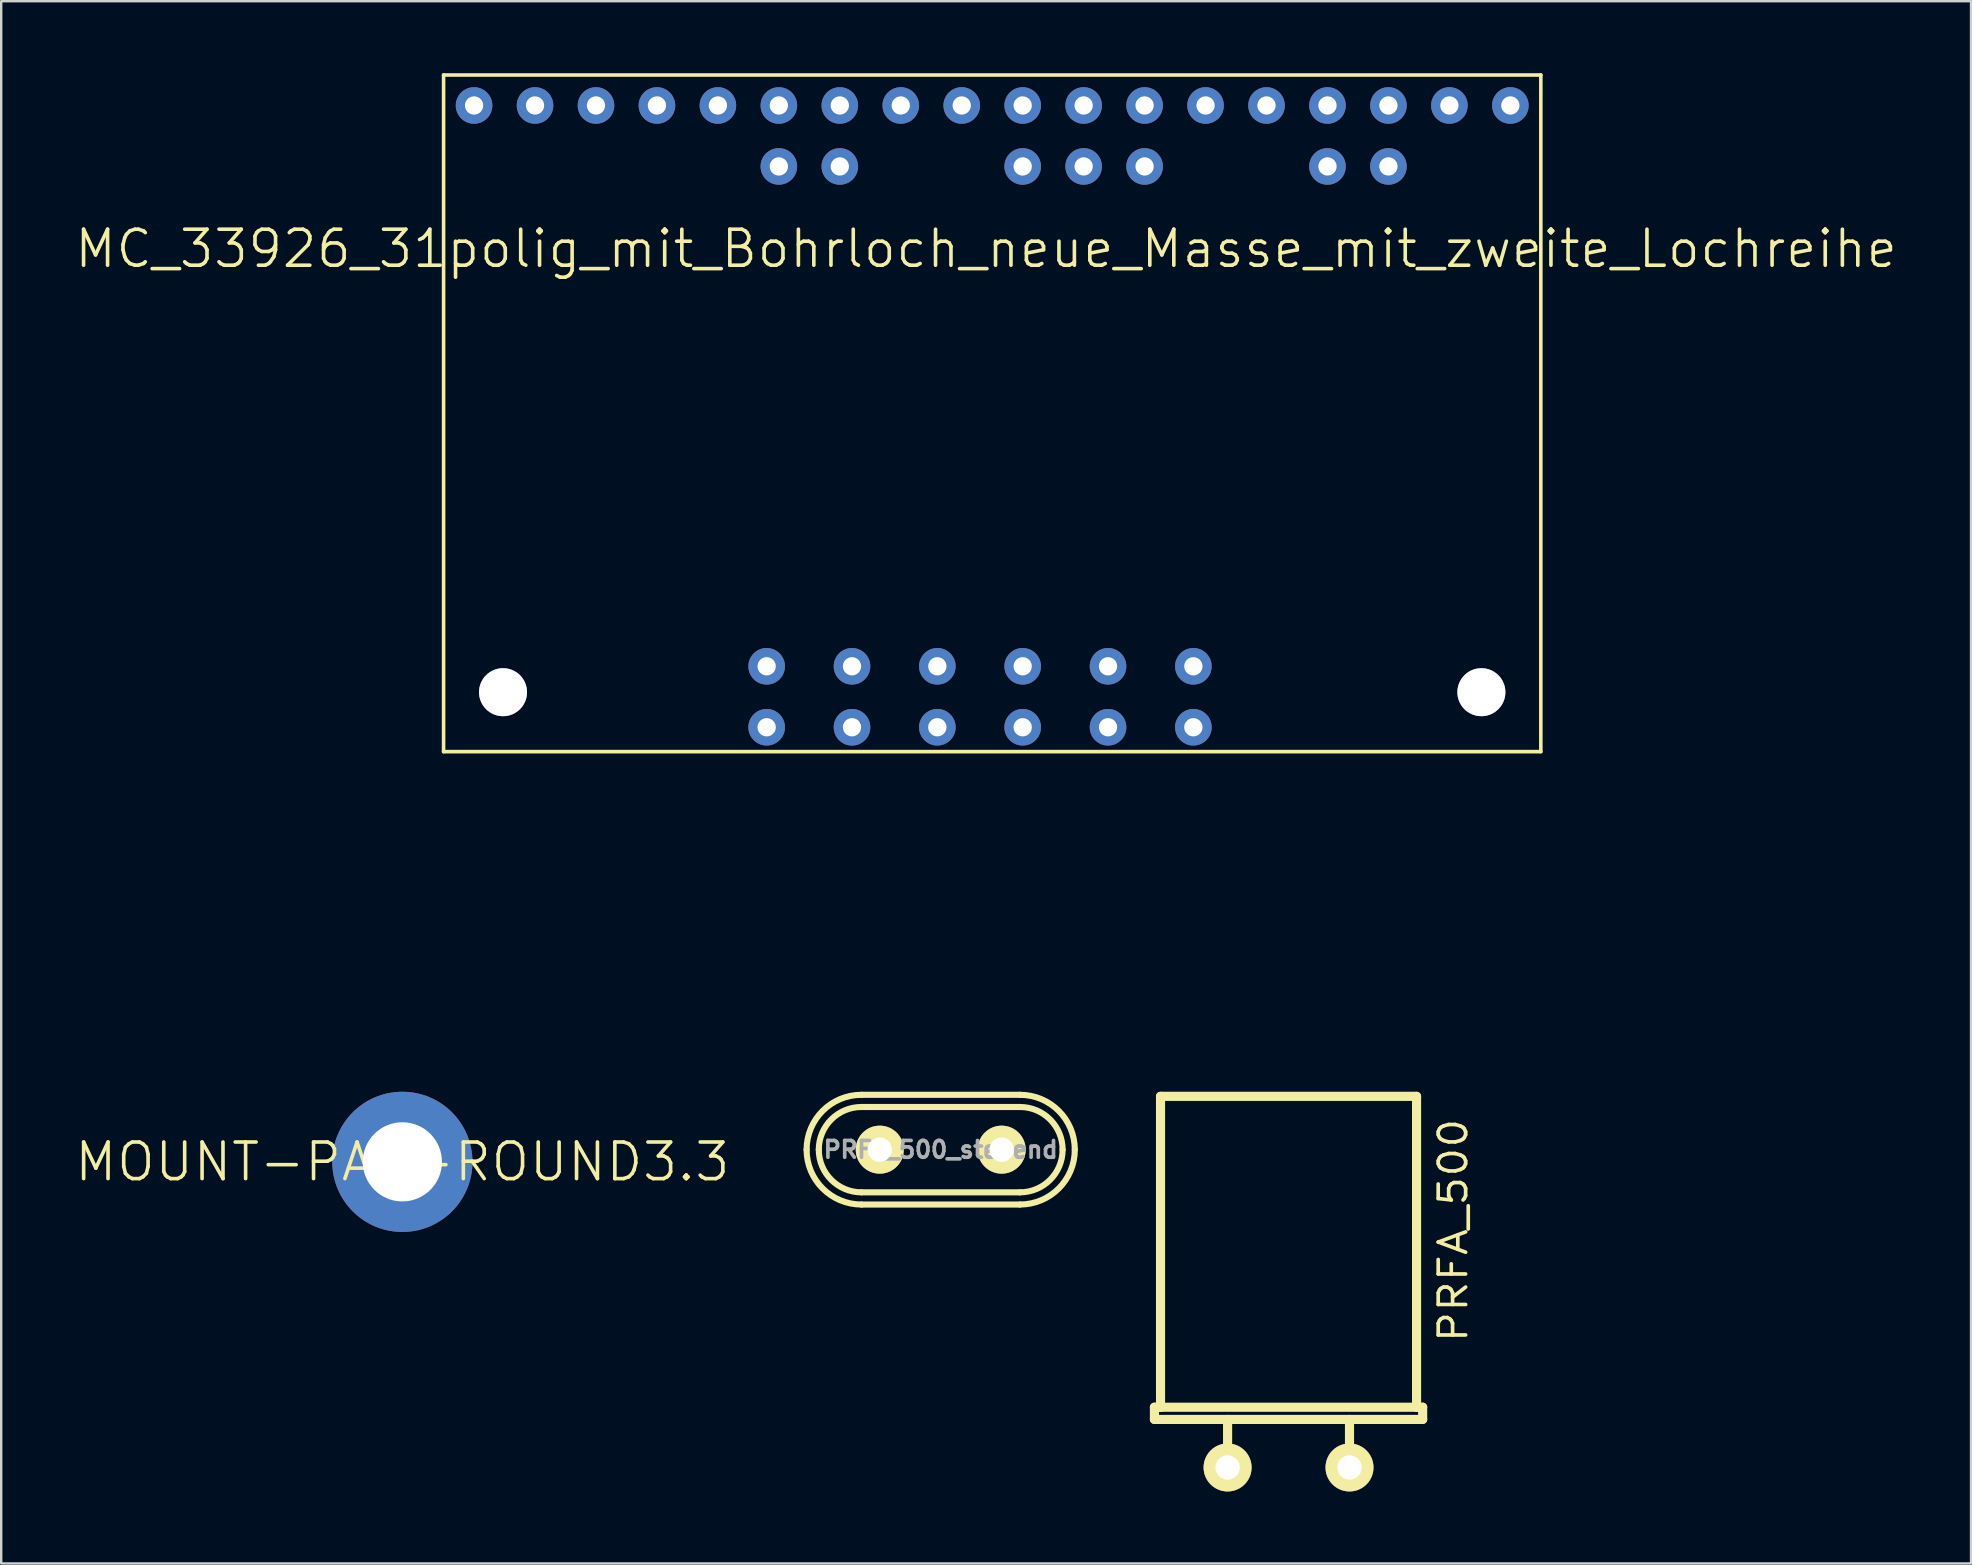
<source format=kicad_pcb>
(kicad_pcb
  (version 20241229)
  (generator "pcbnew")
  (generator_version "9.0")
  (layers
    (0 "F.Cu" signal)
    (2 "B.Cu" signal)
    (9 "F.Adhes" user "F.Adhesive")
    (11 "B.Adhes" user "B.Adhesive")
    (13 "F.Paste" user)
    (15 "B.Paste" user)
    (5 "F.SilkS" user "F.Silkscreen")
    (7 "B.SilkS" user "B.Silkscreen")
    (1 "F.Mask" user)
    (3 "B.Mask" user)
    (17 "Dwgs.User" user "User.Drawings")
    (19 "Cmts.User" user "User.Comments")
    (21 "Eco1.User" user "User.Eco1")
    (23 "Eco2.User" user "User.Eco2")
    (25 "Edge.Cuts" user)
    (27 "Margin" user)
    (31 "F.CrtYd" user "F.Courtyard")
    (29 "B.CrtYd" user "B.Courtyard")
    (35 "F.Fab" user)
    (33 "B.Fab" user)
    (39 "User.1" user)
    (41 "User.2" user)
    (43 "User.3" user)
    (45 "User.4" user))
  (footprint "MC_33926_31polig_mit_Bohrloch_neue_Masse_mit_zweite_Lochreihe"
    (layer "F.Cu")
    (at 11.623 39.191)
    (property "Reference" "MC_33926_31polig_mit_Bohrloch_neue_Masse_mit_zweite_Lochreihe" (at 26.416 -31.877 0) (layer "F.SilkS") (effects (font (size 1.5 1.5) (thickness 0.15))))
    (fp_line (start 3.81 -39.116) (end 49.53 -39.116) (stroke (width 0.15) (type solid)) (layer "F.SilkS"))
    (fp_line (start 3.81 -10.922) (end 3.81 -39.116) (stroke (width 0.15) (type solid)) (layer "F.SilkS"))
    (fp_line (start 49.53 -39.116) (end 49.53 -10.922) (stroke (width 0.15) (type solid)) (layer "F.SilkS"))
    (fp_line (start 49.53 -10.922) (end 3.81 -10.922) (stroke (width 0.15) (type solid)) (layer "F.SilkS"))
    (fp_circle (center 43.18 -35.306) (end 43.434 -35.179) (stroke (width 0.15) (type solid)) (fill no) (layer "F.SilkS"))
    (pad "" thru_hole circle (at 6.287 -13.399) (size 2 2) (drill 2) (layers "*.Cu" "*.Mask"))
    (pad "" thru_hole circle (at 47.053 -13.399) (size 2 2) (drill 2) (layers "*.Cu" "*.Mask"))
    (pad "1" thru_hole circle (at 5.08 -37.846) (size 1.524 1.524) (drill 0.762) (layers "*.Cu" "*.Mask"))
    (pad "2" thru_hole circle (at 7.62 -37.846) (size 1.524 1.524) (drill 0.762) (layers "*.Cu" "*.Mask"))
    (pad "3" thru_hole circle (at 10.16 -37.846) (size 1.524 1.524) (drill 0.762) (layers "*.Cu" "*.Mask"))
    (pad "4" thru_hole circle (at 12.7 -37.846) (size 1.524 1.524) (drill 0.762) (layers "*.Cu" "*.Mask"))
    (pad "5" thru_hole circle (at 15.24 -37.846) (size 1.524 1.524) (drill 0.762) (layers "*.Cu" "*.Mask"))
    (pad "6" thru_hole circle (at 17.78 -37.846) (size 1.524 1.524) (drill 0.762) (layers "*.Cu" "*.Mask"))
    (pad "7" thru_hole circle (at 20.32 -37.846) (size 1.524 1.524) (drill 0.762) (layers "*.Cu" "*.Mask"))
    (pad "8" thru_hole circle (at 22.86 -37.846) (size 1.524 1.524) (drill 0.762) (layers "*.Cu" "*.Mask"))
    (pad "9" thru_hole circle (at 25.4 -37.846) (size 1.524 1.524) (drill 0.762) (layers "*.Cu" "*.Mask"))
    (pad "10" thru_hole circle (at 27.94 -37.846) (size 1.524 1.524) (drill 0.762) (layers "*.Cu" "*.Mask"))
    (pad "11" thru_hole circle (at 30.48 -37.846) (size 1.524 1.524) (drill 0.762) (layers "*.Cu" "*.Mask"))
    (pad "12" thru_hole circle (at 33.02 -37.846) (size 1.524 1.524) (drill 0.762) (layers "*.Cu" "*.Mask"))
    (pad "13" thru_hole circle (at 35.56 -37.846) (size 1.524 1.524) (drill 0.762) (layers "*.Cu" "*.Mask"))
    (pad "14" thru_hole circle (at 38.1 -37.846) (size 1.524 1.524) (drill 0.762) (layers "*.Cu" "*.Mask"))
    (pad "15" thru_hole circle (at 40.64 -37.846) (size 1.524 1.524) (drill 0.762) (layers "*.Cu" "*.Mask"))
    (pad "16" thru_hole circle (at 43.18 -37.846) (size 1.524 1.524) (drill 0.762) (layers "*.Cu" "*.Mask"))
    (pad "17" thru_hole circle (at 45.72 -37.846) (size 1.524 1.524) (drill 0.762) (layers "*.Cu" "*.Mask"))
    (pad "18" thru_hole circle (at 48.26 -37.846) (size 1.524 1.524) (drill 0.762) (layers "*.Cu" "*.Mask"))
    (pad "19" thru_hole circle (at 17.272 -14.478) (size 1.524 1.524) (drill 0.762) (layers "*.Cu" "*.Mask"))
    (pad "19" thru_hole circle (at 17.272 -11.938) (size 1.524 1.524) (drill 0.762) (layers "*.Cu" "*.Mask"))
    (pad "20" thru_hole circle (at 20.828 -14.478) (size 1.524 1.524) (drill 0.762) (layers "*.Cu" "*.Mask"))
    (pad "20" thru_hole circle (at 20.828 -11.938) (size 1.524 1.524) (drill 0.762) (layers "*.Cu" "*.Mask"))
    (pad "21" thru_hole circle (at 24.384 -14.478) (size 1.524 1.524) (drill 0.762) (layers "*.Cu" "*.Mask"))
    (pad "21" thru_hole circle (at 24.384 -11.938) (size 1.524 1.524) (drill 0.762) (layers "*.Cu" "*.Mask"))
    (pad "22" thru_hole circle (at 27.94 -14.478) (size 1.524 1.524) (drill 0.762) (layers "*.Cu" "*.Mask"))
    (pad "22" thru_hole circle (at 27.94 -11.938) (size 1.524 1.524) (drill 0.762) (layers "*.Cu" "*.Mask"))
    (pad "23" thru_hole circle (at 31.496 -14.478) (size 1.524 1.524) (drill 0.762) (layers "*.Cu" "*.Mask"))
    (pad "23" thru_hole circle (at 31.496 -11.938) (size 1.524 1.524) (drill 0.762) (layers "*.Cu" "*.Mask"))
    (pad "24" thru_hole circle (at 35.052 -14.478) (size 1.524 1.524) (drill 0.762) (layers "*.Cu" "*.Mask"))
    (pad "24" thru_hole circle (at 35.052 -11.938) (size 1.524 1.524) (drill 0.762) (layers "*.Cu" "*.Mask"))
    (pad "25" thru_hole circle (at 17.78 -35.306) (size 1.524 1.524) (drill 0.762) (layers "*.Cu" "*.Mask"))
    (pad "26" thru_hole circle (at 20.32 -35.306) (size 1.524 1.524) (drill 0.762) (layers "*.Cu" "*.Mask"))
    (pad "27" thru_hole circle (at 27.94 -35.306) (size 1.524 1.524) (drill 0.762) (layers "*.Cu" "*.Mask"))
    (pad "28" thru_hole circle (at 30.48 -35.306) (size 1.524 1.524) (drill 0.762) (layers "*.Cu" "*.Mask"))
    (pad "29" thru_hole circle (at 33.02 -35.306) (size 1.524 1.524) (drill 0.762) (layers "*.Cu" "*.Mask"))
    (pad "30" thru_hole circle (at 40.64 -35.306) (size 1.524 1.524) (drill 0.762) (layers "*.Cu" "*.Mask"))
    (pad "31" thru_hole circle (at 43.18 -35.306) (size 1.524 1.524) (drill 0.762) (layers "*.Cu" "*.Mask")))
  (footprint "PRFA_500"
    (layer "F.Cu")
    (at 50.641 50.252)
    (property "Reference" "PRFA_500" (at 6.858 -2.032 90) (layer "F.SilkS") (effects (font (size 1.143 1.27) (thickness 0.152))))
    (attr through_hole)
    (fp_line (start -5.588 5.334) (end -5.334 5.334) (stroke (width 0.381) (type solid)) (layer "F.SilkS"))
    (fp_line (start -5.588 5.842) (end -5.588 5.334) (stroke (width 0.381) (type solid)) (layer "F.SilkS"))
    (fp_line (start -5.334 -7.62) (end 5.334 -7.62) (stroke (width 0.381) (type solid)) (layer "F.SilkS"))
    (fp_line (start -5.334 5.334) (end -5.334 -7.62) (stroke (width 0.381) (type solid)) (layer "F.SilkS"))
    (fp_line (start -2.54 7.874) (end -2.54 5.842) (stroke (width 0.381) (type solid)) (layer "F.SilkS"))
    (fp_line (start 2.54 7.874) (end 2.54 5.842) (stroke (width 0.381) (type solid)) (layer "F.SilkS"))
    (fp_line (start 5.334 -7.62) (end 5.334 5.334) (stroke (width 0.381) (type solid)) (layer "F.SilkS"))
    (fp_line (start 5.334 5.334) (end -5.334 5.334) (stroke (width 0.381) (type solid)) (layer "F.SilkS"))
    (fp_line (start 5.334 5.334) (end 5.588 5.334) (stroke (width 0.381) (type solid)) (layer "F.SilkS"))
    (fp_line (start 5.588 5.334) (end 5.588 5.842) (stroke (width 0.381) (type solid)) (layer "F.SilkS"))
    (fp_line (start 5.588 5.842) (end -5.588 5.842) (stroke (width 0.381) (type solid)) (layer "F.SilkS"))
    (pad "1" thru_hole circle (at -2.54 7.844) (size 1.999 1.999) (drill 1.016) (layers "*.Cu" "*.Mask" "F.SilkS"))
    (pad "2" thru_hole circle (at 2.54 7.844) (size 1.999 1.999) (drill 1.016) (layers "*.Cu" "*.Mask" "F.SilkS")))
  (footprint "MOUNT-PAD-ROUND3.3"
    (layer "F.Cu")
    (at 13.716 45.362)
    (property "Reference" "MOUNT-PAD-ROUND3.3" (at 0 0 0) (layer "F.SilkS") (effects (font (size 1.524 1.524) (thickness 0.15))))
    (attr exclude_from_pos_files exclude_from_bom)
    (fp_line (start -1 0) (end 1 0) (stroke (width 0.15) (type solid)) (layer "F.SilkS"))
    (fp_line (start 0 -1) (end 0 1) (stroke (width 0.15) (type solid)) (layer "F.SilkS"))
    (pad "" np_thru_hole circle (at 0 0) (size 5.842 5.842) (drill 3.299) (layers "*.Cu")))
  (footprint "PRFA_500_stehend"
    (layer "F.Cu")
    (at 36.147 44.854)
    (property "Reference" "PRFA_500_stehend" (at 0 0 0) (layer "F.Fab") (effects (font (size 0.7 0.7) (thickness 0.152))))
    (attr through_hole)
    (fp_line (start -3.302 -2.286) (end 3.302 -2.286) (stroke (width 0.254) (type solid)) (layer "F.SilkS"))
    (fp_line (start -3.302 1.778) (end 3.302 1.778) (stroke (width 0.254) (type solid)) (layer "F.SilkS"))
    (fp_line (start 3.302 -1.778) (end -3.302 -1.778) (stroke (width 0.254) (type solid)) (layer "F.SilkS"))
    (fp_line (start 3.302 2.286) (end -3.302 2.286) (stroke (width 0.254) (type solid)) (layer "F.SilkS"))
    (fp_arc (start -5.588 0) (mid -4.918446 -1.616446) (end -3.302 -2.286) (stroke (width 0.254) (type solid)) (layer "F.SilkS"))
    (fp_arc (start -5.08 0) (mid -4.559236 -1.257236) (end -3.302 -1.778) (stroke (width 0.254) (type solid)) (layer "F.SilkS"))
    (fp_arc (start -3.302 1.778) (mid -4.559236 1.257236) (end -5.08 0) (stroke (width 0.254) (type solid)) (layer "F.SilkS"))
    (fp_arc (start -3.302 2.286) (mid -4.918446 1.616446) (end -5.588 0) (stroke (width 0.254) (type solid)) (layer "F.SilkS"))
    (fp_arc (start 3.302 -2.286) (mid 4.918446 -1.616446) (end 5.588 0) (stroke (width 0.254) (type solid)) (layer "F.SilkS"))
    (fp_arc (start 3.302 -1.778) (mid 4.559236 -1.257236) (end 5.08 0) (stroke (width 0.254) (type solid)) (layer "F.SilkS"))
    (fp_arc (start 5.08 0) (mid 4.559236 1.257236) (end 3.302 1.778) (stroke (width 0.254) (type solid)) (layer "F.SilkS"))
    (fp_arc (start 5.588 0) (mid 4.918446 1.616446) (end 3.302 2.286) (stroke (width 0.254) (type solid)) (layer "F.SilkS"))
    (pad "1" thru_hole circle (at -2.54 0) (size 1.999 1.999) (drill 1.016) (layers "*.Cu" "*.Mask" "F.SilkS"))
    (pad "2" thru_hole circle (at 2.54 0) (size 1.999 1.999) (drill 1.016) (layers "*.Cu" "*.Mask" "F.SilkS")))
  (gr_rect
    (start -3 -3)
    (end 79.079 62.095)
    (stroke (width 0.1) (type default))
    (fill no)
    (layer "Edge.Cuts")))
</source>
